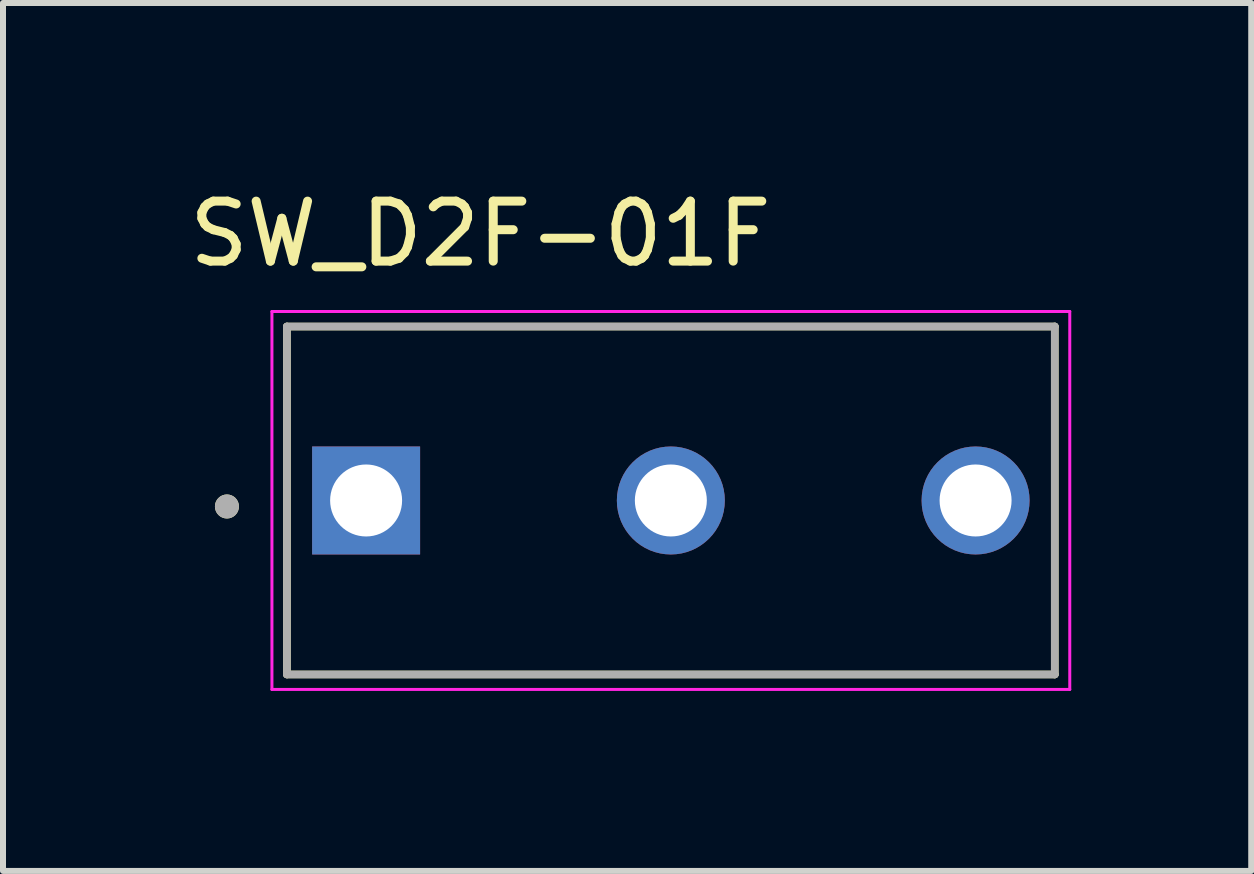
<source format=kicad_pcb>
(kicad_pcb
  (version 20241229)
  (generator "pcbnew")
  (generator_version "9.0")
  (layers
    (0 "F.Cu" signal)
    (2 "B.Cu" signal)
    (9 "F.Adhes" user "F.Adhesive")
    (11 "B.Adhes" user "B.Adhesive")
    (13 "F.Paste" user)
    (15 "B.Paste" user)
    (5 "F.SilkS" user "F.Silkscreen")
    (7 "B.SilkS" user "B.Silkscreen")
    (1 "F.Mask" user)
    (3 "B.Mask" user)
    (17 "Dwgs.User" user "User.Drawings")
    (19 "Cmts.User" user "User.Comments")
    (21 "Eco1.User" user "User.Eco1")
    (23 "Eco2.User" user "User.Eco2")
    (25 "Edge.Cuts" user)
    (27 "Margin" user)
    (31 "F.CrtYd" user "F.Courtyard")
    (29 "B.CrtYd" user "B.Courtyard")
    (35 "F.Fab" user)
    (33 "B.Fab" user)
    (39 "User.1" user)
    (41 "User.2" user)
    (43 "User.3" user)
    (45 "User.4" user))
  (footprint "SW_D2F-01F"
    (layer "F.Cu")
    (at 8.133 5.293)
    (property "Reference" "SW_D2F-01F" (at -3.175 -4.445 0) (layer "F.SilkS") (effects (font (size 1 1) (thickness 0.15))))
    (attr through_hole)
    (fp_line (start -6.4 -2.9) (end 6.4 -2.9) (stroke (width 0.127) (type solid)) (layer "F.SilkS"))
    (fp_line (start -6.4 2.9) (end -6.4 -2.9) (stroke (width 0.127) (type solid)) (layer "F.SilkS"))
    (fp_line (start 6.4 -2.9) (end 6.4 2.9) (stroke (width 0.127) (type solid)) (layer "F.SilkS"))
    (fp_line (start 6.4 2.9) (end -6.4 2.9) (stroke (width 0.127) (type solid)) (layer "F.SilkS"))
    (fp_circle (center -7.4 0.1) (end -7.3 0.1) (stroke (width 0.2) (type solid)) (fill no) (layer "F.SilkS"))
    (fp_line (start -6.65 -3.15) (end 6.65 -3.15) (stroke (width 0.05) (type solid)) (layer "F.CrtYd"))
    (fp_line (start -6.65 3.15) (end -6.65 -3.15) (stroke (width 0.05) (type solid)) (layer "F.CrtYd"))
    (fp_line (start 6.65 -3.15) (end 6.65 3.15) (stroke (width 0.05) (type solid)) (layer "F.CrtYd"))
    (fp_line (start 6.65 3.15) (end -6.65 3.15) (stroke (width 0.05) (type solid)) (layer "F.CrtYd"))
    (fp_line (start -6.4 -2.9) (end 6.4 -2.9) (stroke (width 0.127) (type solid)) (layer "F.Fab"))
    (fp_line (start -6.4 2.9) (end -6.4 -2.9) (stroke (width 0.127) (type solid)) (layer "F.Fab"))
    (fp_line (start 6.4 -2.9) (end 6.4 2.9) (stroke (width 0.127) (type solid)) (layer "F.Fab"))
    (fp_line (start 6.4 2.9) (end -6.4 2.9) (stroke (width 0.127) (type solid)) (layer "F.Fab"))
    (fp_circle (center -7.4 0.1) (end -7.3 0.1) (stroke (width 0.2) (type solid)) (fill no) (layer "F.Fab"))
    (pad "1" thru_hole rect (at -5.08 0) (size 1.8 1.8) (drill 1.2) (layers "*.Cu" "*.Mask"))
    (pad "2" thru_hole circle (at 0 0) (size 1.8 1.8) (drill 1.2) (layers "*.Cu" "*.Mask"))
    (pad "3" thru_hole circle (at 5.08 0) (size 1.8 1.8) (drill 1.2) (layers "*.Cu" "*.Mask")))
  (gr_rect
    (start -3 -3)
    (end 17.808 11.468)
    (stroke (width 0.1) (type default))
    (fill no)
    (layer "Edge.Cuts")))
</source>
